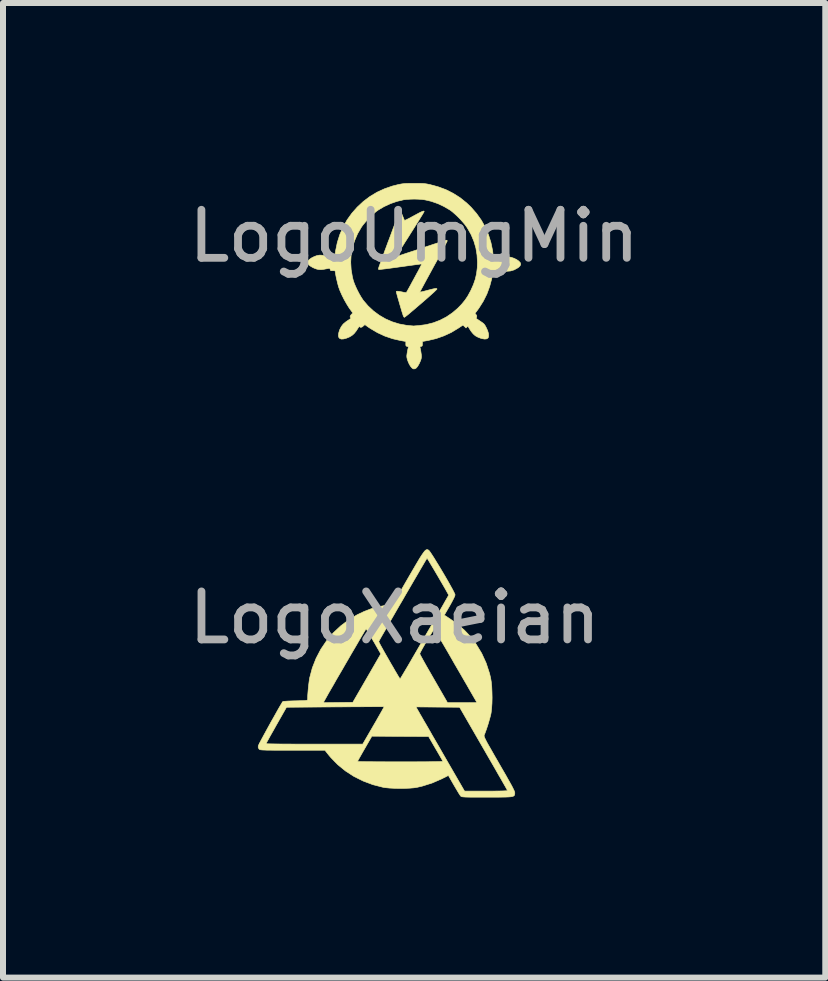
<source format=kicad_pcb>
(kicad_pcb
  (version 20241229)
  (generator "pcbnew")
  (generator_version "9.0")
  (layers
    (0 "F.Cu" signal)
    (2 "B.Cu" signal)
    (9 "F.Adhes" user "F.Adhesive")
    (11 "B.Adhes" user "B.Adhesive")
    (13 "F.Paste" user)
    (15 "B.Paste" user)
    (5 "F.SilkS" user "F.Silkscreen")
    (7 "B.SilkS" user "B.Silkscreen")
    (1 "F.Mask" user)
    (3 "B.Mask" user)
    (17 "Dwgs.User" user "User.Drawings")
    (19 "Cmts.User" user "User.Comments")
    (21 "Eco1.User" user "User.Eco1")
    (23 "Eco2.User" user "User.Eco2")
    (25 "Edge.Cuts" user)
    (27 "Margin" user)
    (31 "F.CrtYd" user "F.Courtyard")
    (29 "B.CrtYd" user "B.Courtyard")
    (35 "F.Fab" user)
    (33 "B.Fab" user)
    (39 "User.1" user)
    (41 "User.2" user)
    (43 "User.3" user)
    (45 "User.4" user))
  (footprint "LogoUmgMin"
    (layer "F.Cu")
    (at 3.848 1.481)
    (property "Reference" "LogoUmgMin" (at 0 -0.6 0) (layer "F.Fab") (effects (font (size 0.8 0.8) (thickness 0.13))))
    (attr through_hole)
    (fp_poly (pts (xy 0.164 -1.014) (xy 0.167 -1.009) (xy 0.167 -1.006) (xy 0.163 -0.999) (xy 0.152 -0.98) (xy 0.135 -0.951) (xy 0.111 -0.913) (xy 0.083 -0.867) (xy 0.05 -0.815) (xy 0.014 -0.757) (xy -0.026 -0.694) (xy -0.068 -0.628) (xy -0.068 -0.627) (xy -0.11 -0.561) (xy -0.15 -0.499) (xy -0.186 -0.441) (xy -0.219 -0.39) (xy -0.247 -0.345) (xy -0.27 -0.308) (xy -0.288 -0.28) (xy -0.298 -0.263) (xy -0.302 -0.256) (xy -0.302 -0.256) (xy -0.295 -0.258) (xy -0.275 -0.264) (xy -0.244 -0.274) (xy -0.203 -0.287) (xy -0.153 -0.304) (xy -0.095 -0.323) (xy -0.031 -0.344) (xy 0.039 -0.367) (xy 0.113 -0.392) (xy 0.187 -0.417) (xy 0.258 -0.44) (xy 0.323 -0.462) (xy 0.382 -0.481) (xy 0.434 -0.498) (xy 0.476 -0.511) (xy 0.509 -0.521) (xy 0.53 -0.528) (xy 0.539 -0.53) (xy 0.55 -0.524) (xy 0.552 -0.518) (xy 0.548 -0.51) (xy 0.538 -0.49) (xy 0.523 -0.46) (xy 0.502 -0.42) (xy 0.476 -0.371) (xy 0.447 -0.316) (xy 0.414 -0.254) (xy 0.378 -0.187) (xy 0.339 -0.116) (xy 0.323 -0.087) (xy 0.284 -0.015) (xy 0.247 0.053) (xy 0.212 0.117) (xy 0.181 0.174) (xy 0.154 0.224) (xy 0.131 0.267) (xy 0.113 0.3) (xy 0.101 0.323) (xy 0.095 0.335) (xy 0.094 0.336) (xy 0.101 0.335) (xy 0.119 0.331) (xy 0.147 0.325) (xy 0.182 0.316) (xy 0.216 0.307) (xy 0.269 0.293) (xy 0.31 0.283) (xy 0.339 0.277) (xy 0.36 0.274) (xy 0.373 0.275) (xy 0.379 0.278) (xy 0.381 0.284) (xy 0.381 0.284) (xy 0.376 0.291) (xy 0.36 0.306) (xy 0.337 0.329) (xy 0.306 0.357) (xy 0.269 0.39) (xy 0.228 0.427) (xy 0.183 0.466) (xy 0.136 0.507) (xy 0.088 0.548) (xy 0.041 0.588) (xy -0.004 0.627) (xy -0.046 0.662) (xy -0.083 0.694) (xy -0.115 0.72) (xy -0.14 0.739) (xy -0.156 0.751) (xy -0.162 0.755) (xy -0.171 0.748) (xy -0.18 0.731) (xy -0.184 0.72) (xy -0.192 0.694) (xy -0.203 0.66) (xy -0.215 0.619) (xy -0.228 0.575) (xy -0.242 0.528) (xy -0.255 0.482) (xy -0.268 0.438) (xy -0.279 0.399) (xy -0.288 0.366) (xy -0.294 0.343) (xy -0.297 0.33) (xy -0.298 0.329) (xy -0.293 0.322) (xy -0.28 0.32) (xy -0.256 0.322) (xy -0.221 0.328) (xy -0.196 0.333) (xy -0.168 0.339) (xy -0.145 0.342) (xy -0.132 0.343) (xy -0.13 0.342) (xy -0.125 0.335) (xy -0.114 0.316) (xy -0.099 0.289) (xy -0.079 0.253) (xy -0.057 0.213) (xy -0.033 0.168) (xy -0.007 0.121) (xy 0.019 0.073) (xy 0.044 0.026) (xy 0.068 -0.017) (xy 0.089 -0.057) (xy 0.106 -0.09) (xy 0.119 -0.115) (xy 0.127 -0.13) (xy 0.129 -0.135) (xy 0.122 -0.134) (xy 0.101 -0.132) (xy 0.069 -0.127) (xy 0.027 -0.122) (xy -0.024 -0.115) (xy -0.082 -0.107) (xy -0.147 -0.098) (xy -0.216 -0.088) (xy -0.228 -0.087) (xy -0.298 -0.077) (xy -0.364 -0.068) (xy -0.424 -0.06) (xy -0.477 -0.053) (xy -0.521 -0.048) (xy -0.556 -0.044) (xy -0.579 -0.041) (xy -0.589 -0.041) (xy -0.589 -0.041) (xy -0.594 -0.051) (xy -0.593 -0.061) (xy -0.59 -0.07) (xy -0.583 -0.092) (xy -0.571 -0.125) (xy -0.555 -0.169) (xy -0.536 -0.221) (xy -0.514 -0.281) (xy -0.49 -0.348) (xy -0.463 -0.42) (xy -0.435 -0.497) (xy -0.417 -0.543) (xy -0.382 -0.637) (xy -0.352 -0.719) (xy -0.326 -0.789) (xy -0.303 -0.847) (xy -0.285 -0.895) (xy -0.269 -0.933) (xy -0.257 -0.963) (xy -0.248 -0.984) (xy -0.24 -0.999) (xy -0.235 -1.006) (xy -0.232 -1.009) (xy -0.224 -1.005) (xy -0.215 -0.991) (xy -0.204 -0.966) (xy -0.192 -0.936) (xy -0.18 -0.906) (xy -0.17 -0.881) (xy -0.162 -0.864) (xy -0.159 -0.859) (xy -0.151 -0.862) (xy -0.132 -0.87) (xy -0.104 -0.884) (xy -0.07 -0.901) (xy -0.03 -0.923) (xy -0.006 -0.936) (xy 0.046 -0.964) (xy 0.087 -0.986) (xy 0.118 -1.001) (xy 0.141 -1.01) (xy 0.155 -1.015) (xy 0.164 -1.014)) (stroke (width 0.01) (type solid)) (fill yes) (layer "F.SilkS"))
    (fp_poly (pts (xy 0.056 -1.476) (xy 0.1 -1.476) (xy 0.135 -1.475) (xy 0.165 -1.473) (xy 0.191 -1.47) (xy 0.217 -1.466) (xy 0.245 -1.46) (xy 0.262 -1.457) (xy 0.399 -1.42) (xy 0.529 -1.372) (xy 0.652 -1.31) (xy 0.767 -1.237) (xy 0.875 -1.15) (xy 0.948 -1.08) (xy 1.039 -0.976) (xy 1.119 -0.864) (xy 1.186 -0.745) (xy 1.239 -0.62) (xy 1.28 -0.489) (xy 1.308 -0.353) (xy 1.315 -0.29) (xy 1.318 -0.28) (xy 1.325 -0.274) (xy 1.341 -0.27) (xy 1.357 -0.269) (xy 1.38 -0.266) (xy 1.392 -0.262) (xy 1.398 -0.254) (xy 1.399 -0.244) (xy 1.404 -0.23) (xy 1.411 -0.227) (xy 1.434 -0.234) (xy 1.467 -0.241) (xy 1.503 -0.247) (xy 1.538 -0.251) (xy 1.566 -0.252) (xy 1.578 -0.252) (xy 1.622 -0.243) (xy 1.665 -0.228) (xy 1.706 -0.208) (xy 1.741 -0.184) (xy 1.765 -0.159) (xy 1.77 -0.152) (xy 1.775 -0.129) (xy 1.766 -0.105) (xy 1.743 -0.081) (xy 1.725 -0.068) (xy 1.665 -0.035) (xy 1.604 -0.017) (xy 1.539 -0.012) (xy 1.472 -0.022) (xy 1.461 -0.025) (xy 1.433 -0.032) (xy 1.415 -0.035) (xy 1.406 -0.033) (xy 1.401 -0.027) (xy 1.398 -0.015) (xy 1.395 -0.002) (xy 1.388 0.004) (xy 1.375 0.007) (xy 1.354 0.007) (xy 1.331 0.008) (xy 1.318 0.011) (xy 1.312 0.018) (xy 1.31 0.024) (xy 1.308 0.037) (xy 1.303 0.062) (xy 1.296 0.092) (xy 1.292 0.115) (xy 1.258 0.242) (xy 1.212 0.367) (xy 1.152 0.487) (xy 1.08 0.601) (xy 1.054 0.637) (xy 1.014 0.69) (xy 1.03 0.707) (xy 1.043 0.728) (xy 1.043 0.748) (xy 1.036 0.761) (xy 1.031 0.77) (xy 1.038 0.776) (xy 1.048 0.783) (xy 1.067 0.796) (xy 1.092 0.813) (xy 1.11 0.825) (xy 1.139 0.845) (xy 1.159 0.861) (xy 1.173 0.877) (xy 1.186 0.897) (xy 1.2 0.924) (xy 1.204 0.931) (xy 1.225 0.979) (xy 1.238 1.023) (xy 1.241 1.06) (xy 1.237 1.088) (xy 1.227 1.102) (xy 1.206 1.114) (xy 1.175 1.117) (xy 1.133 1.11) (xy 1.111 1.104) (xy 1.062 1.085) (xy 1.02 1.062) (xy 0.985 1.031) (xy 0.951 0.99) (xy 0.927 0.953) (xy 0.895 0.901) (xy 0.864 0.932) (xy 0.814 0.884) (xy 0.735 0.936) (xy 0.618 1.007) (xy 0.494 1.064) (xy 0.366 1.109) (xy 0.235 1.14) (xy 0.229 1.141) (xy 0.138 1.157) (xy 0.138 1.195) (xy 0.137 1.218) (xy 0.134 1.23) (xy 0.127 1.236) (xy 0.116 1.239) (xy 0.1 1.244) (xy 0.097 1.252) (xy 0.098 1.255) (xy 0.101 1.266) (xy 0.106 1.289) (xy 0.111 1.318) (xy 0.114 1.337) (xy 0.12 1.378) (xy 0.122 1.411) (xy 0.118 1.442) (xy 0.108 1.475) (xy 0.091 1.513) (xy 0.084 1.528) (xy 0.06 1.57) (xy 0.037 1.598) (xy 0.014 1.612) (xy -0.009 1.614) (xy -0.022 1.609) (xy -0.041 1.593) (xy -0.062 1.567) (xy -0.082 1.533) (xy -0.099 1.495) (xy -0.113 1.456) (xy -0.121 1.42) (xy -0.121 1.418) (xy -0.122 1.396) (xy -0.118 1.363) (xy -0.112 1.326) (xy -0.104 1.286) (xy -0.097 1.258) (xy -0.097 1.247) (xy -0.106 1.241) (xy -0.116 1.239) (xy -0.128 1.235) (xy -0.135 1.229) (xy -0.138 1.215) (xy -0.138 1.195) (xy -0.138 1.157) (xy -0.229 1.141) (xy -0.359 1.111) (xy -0.488 1.067) (xy -0.611 1.01) (xy -0.728 0.941) (xy -0.734 0.937) (xy -0.764 0.917) (xy -0.789 0.899) (xy -0.807 0.886) (xy -0.816 0.878) (xy -0.816 0.878) (xy -0.823 0.879) (xy -0.835 0.889) (xy -0.843 0.896) (xy -0.862 0.913) (xy -0.882 0.921) (xy -0.897 0.92) (xy -0.904 0.914) (xy -0.911 0.908) (xy -0.92 0.913) (xy -0.932 0.931) (xy -0.932 0.931) (xy -0.966 0.984) (xy -1 1.026) (xy -1.037 1.058) (xy -1.08 1.083) (xy -1.129 1.103) (xy -1.175 1.115) (xy -1.212 1.117) (xy -1.238 1.108) (xy -1.255 1.088) (xy -1.261 1.059) (xy -1.257 1.019) (xy -1.243 0.97) (xy -1.237 0.956) (xy -1.213 0.909) (xy -1.181 0.867) (xy -1.137 0.83) (xy -1.102 0.806) (xy -1.076 0.789) (xy -1.06 0.778) (xy -1.053 0.77) (xy -1.054 0.764) (xy -1.056 0.762) (xy -1.066 0.748) (xy -1.063 0.731) (xy -1.048 0.71) (xy -1.044 0.706) (xy -1.02 0.682) (xy -1.036 0.662) (xy -1.08 0.602) (xy -1.123 0.533) (xy -1.165 0.459) (xy -1.203 0.383) (xy -1.235 0.311) (xy -1.256 0.254) (xy -1.265 0.223) (xy -1.275 0.185) (xy -1.285 0.143) (xy -1.295 0.101) (xy -1.303 0.061) (xy -1.309 0.027) (xy -1.313 0.002) (xy -1.314 -0.006) (xy -1.315 -0.015) (xy -1.322 -0.02) (xy -1.337 -0.022) (xy -1.354 -0.022) (xy -1.377 -0.022) (xy -1.389 -0.025) (xy -1.395 -0.032) (xy -1.398 -0.044) (xy -1.403 -0.059) (xy -1.411 -0.063) (xy -1.418 -0.062) (xy -1.432 -0.059) (xy -1.456 -0.054) (xy -1.485 -0.049) (xy -1.499 -0.046) (xy -1.545 -0.04) (xy -1.584 -0.041) (xy -1.621 -0.048) (xy -1.662 -0.063) (xy -1.69 -0.076) (xy -1.727 -0.098) (xy -1.753 -0.118) (xy -1.769 -0.138) (xy -1.775 -0.155) (xy -1.776 -0.165) (xy -1.056 -0.165) (xy -1.049 -0.042) (xy -1.028 0.082) (xy -1.013 0.142) (xy -0.997 0.188) (xy -0.974 0.243) (xy -0.947 0.301) (xy -0.916 0.36) (xy -0.885 0.414) (xy -0.855 0.46) (xy -0.846 0.473) (xy -0.767 0.565) (xy -0.678 0.648) (xy -0.581 0.72) (xy -0.476 0.781) (xy -0.366 0.829) (xy -0.25 0.865) (xy -0.131 0.887) (xy -0.085 0.892) (xy -0.055 0.895) (xy -0.032 0.897) (xy -0.017 0.898) (xy -0.015 0.899) (xy -0.006 0.899) (xy 0.013 0.897) (xy 0.042 0.895) (xy 0.074 0.893) (xy 0.201 0.876) (xy 0.32 0.846) (xy 0.432 0.803) (xy 0.538 0.748) (xy 0.639 0.679) (xy 0.727 0.604) (xy 0.791 0.538) (xy 0.845 0.472) (xy 0.893 0.402) (xy 0.937 0.321) (xy 0.944 0.308) (xy 0.987 0.212) (xy 1.019 0.12) (xy 1.04 0.027) (xy 1.052 -0.069) (xy 1.055 -0.16) (xy 1.048 -0.282) (xy 1.029 -0.4) (xy 0.996 -0.512) (xy 0.95 -0.622) (xy 0.889 -0.73) (xy 0.878 -0.747) (xy 0.849 -0.787) (xy 0.811 -0.832) (xy 0.768 -0.88) (xy 0.722 -0.927) (xy 0.675 -0.97) (xy 0.631 -1.008) (xy 0.595 -1.034) (xy 0.498 -1.091) (xy 0.393 -1.14) (xy 0.284 -1.178) (xy 0.18 -1.202) (xy 0.129 -1.209) (xy 0.068 -1.213) (xy 0.002 -1.215) (xy -0.064 -1.213) (xy -0.125 -1.209) (xy -0.177 -1.203) (xy -0.18 -1.202) (xy -0.288 -1.176) (xy -0.397 -1.138) (xy -0.502 -1.089) (xy -0.595 -1.034) (xy -0.634 -1.006) (xy -0.678 -0.968) (xy -0.724 -0.924) (xy -0.771 -0.877) (xy -0.814 -0.829) (xy -0.851 -0.785) (xy -0.878 -0.747) (xy -0.942 -0.637) (xy -0.991 -0.523) (xy -1.027 -0.406) (xy -1.049 -0.287) (xy -1.056 -0.165) (xy -1.776 -0.165) (xy -1.776 -0.167) (xy -1.772 -0.179) (xy -1.76 -0.194) (xy -1.747 -0.206) (xy -1.713 -0.232) (xy -1.67 -0.254) (xy -1.624 -0.272) (xy -1.579 -0.281) (xy -1.578 -0.281) (xy -1.556 -0.281) (xy -1.524 -0.278) (xy -1.488 -0.273) (xy -1.453 -0.267) (xy -1.423 -0.26) (xy -1.411 -0.256) (xy -1.403 -0.26) (xy -1.399 -0.273) (xy -1.397 -0.285) (xy -1.391 -0.292) (xy -1.377 -0.295) (xy -1.356 -0.296) (xy -1.316 -0.298) (xy -1.307 -0.358) (xy -1.279 -0.493) (xy -1.238 -0.623) (xy -1.184 -0.748) (xy -1.117 -0.867) (xy -1.037 -0.979) (xy -0.948 -1.08) (xy -0.845 -1.176) (xy -0.736 -1.258) (xy -0.618 -1.329) (xy -0.494 -1.386) (xy -0.362 -1.432) (xy -0.262 -1.457) (xy -0.231 -1.463) (xy -0.204 -1.468) (xy -0.179 -1.471) (xy -0.152 -1.474) (xy -0.12 -1.475) (xy -0.081 -1.476) (xy -0.032 -1.476) (xy 0 -1.476) (xy 0.056 -1.476)) (stroke (width 0.01) (type solid)) (fill yes) (layer "F.SilkS")))
  (footprint "LogoXaeian"
    (layer "F.Cu")
    (at 3.525 8.238)
    (property "Reference" "LogoXaeian" (at 0 -1 0) (layer "F.Fab") (effects (font (size 0.8 0.8) (thickness 0.13))))
    (attr through_hole)
    (fp_poly (pts (xy 0.547 -2.132) (xy 0.559 -2.127) (xy 0.565 -2.123) (xy 0.577 -2.111) (xy 0.597 -2.083) (xy 0.624 -2.042) (xy 0.657 -1.991) (xy 0.694 -1.93) (xy 0.735 -1.864) (xy 0.777 -1.794) (xy 0.819 -1.723) (xy 0.86 -1.653) (xy 0.899 -1.585) (xy 0.933 -1.524) (xy 0.963 -1.47) (xy 0.985 -1.427) (xy 1 -1.396) (xy 1.005 -1.38) (xy 1 -1.36) (xy 0.985 -1.326) (xy 0.961 -1.279) (xy 0.93 -1.222) (xy 0.916 -1.197) (xy 0.826 -1.042) (xy 0.929 -0.974) (xy 1.053 -0.885) (xy 1.159 -0.793) (xy 1.246 -0.702) (xy 1.356 -0.558) (xy 1.449 -0.405) (xy 1.523 -0.243) (xy 1.579 -0.072) (xy 1.597 0.003) (xy 1.608 0.069) (xy 1.616 0.15) (xy 1.62 0.24) (xy 1.622 0.334) (xy 1.62 0.426) (xy 1.614 0.51) (xy 1.606 0.582) (xy 1.602 0.605) (xy 1.589 0.657) (xy 1.571 0.721) (xy 1.55 0.792) (xy 1.527 0.861) (xy 1.504 0.924) (xy 1.493 0.951) (xy 1.49 0.959) (xy 1.489 0.967) (xy 1.49 0.977) (xy 1.494 0.99) (xy 1.502 1.009) (xy 1.514 1.034) (xy 1.531 1.068) (xy 1.555 1.111) (xy 1.586 1.165) (xy 1.624 1.232) (xy 1.67 1.313) (xy 1.726 1.409) (xy 1.741 1.436) (xy 1.8 1.538) (xy 1.85 1.624) (xy 1.89 1.696) (xy 1.923 1.754) (xy 1.949 1.801) (xy 1.968 1.838) (xy 1.982 1.867) (xy 1.992 1.889) (xy 1.997 1.905) (xy 2 1.917) (xy 2 1.927) (xy 1.998 1.942) (xy 1.995 1.955) (xy 1.989 1.965) (xy 1.978 1.973) (xy 1.96 1.979) (xy 1.934 1.984) (xy 1.897 1.987) (xy 1.848 1.989) (xy 1.786 1.99) (xy 1.708 1.991) (xy 1.613 1.991) (xy 1.532 1.991) (xy 1.429 1.991) (xy 1.344 1.991) (xy 1.276 1.991) (xy 1.223 1.99) (xy 1.182 1.989) (xy 1.152 1.987) (xy 1.13 1.985) (xy 1.116 1.982) (xy 1.107 1.979) (xy 1.101 1.974) (xy 1.099 1.973) (xy 1.088 1.958) (xy 1.069 1.929) (xy 1.045 1.889) (xy 1.016 1.84) (xy 0.987 1.791) (xy 0.894 1.629) (xy 0.779 1.687) (xy 0.625 1.754) (xy 0.461 1.806) (xy 0.376 1.826) (xy 0.319 1.835) (xy 0.247 1.841) (xy 0.166 1.844) (xy 0.079 1.845) (xy -0.007 1.843) (xy -0.087 1.839) (xy -0.157 1.832) (xy -0.198 1.825) (xy -0.365 1.782) (xy -0.525 1.722) (xy -0.678 1.646) (xy -0.819 1.555) (xy -0.948 1.45) (xy -1.001 1.396) (xy -0.62 1.396) (xy -0.61 1.397) (xy -0.581 1.398) (xy -0.536 1.399) (xy -0.475 1.4) (xy -0.4 1.4) (xy -0.313 1.401) (xy -0.215 1.401) (xy -0.108 1.402) (xy 0.006 1.402) (xy 0.091 1.402) (xy 0.21 1.402) (xy 0.322 1.402) (xy 0.426 1.401) (xy 0.521 1.401) (xy 0.604 1.4) (xy 0.676 1.399) (xy 0.732 1.398) (xy 0.773 1.397) (xy 0.797 1.395) (xy 0.802 1.394) (xy 0.797 1.384) (xy 0.783 1.358) (xy 0.761 1.32) (xy 0.734 1.273) (xy 0.702 1.218) (xy 0.682 1.184) (xy 0.564 0.98) (xy -0.381 0.975) (xy -0.5 1.182) (xy -0.534 1.241) (xy -0.564 1.294) (xy -0.589 1.338) (xy -0.607 1.371) (xy -0.618 1.391) (xy -0.62 1.396) (xy -1.001 1.396) (xy -1.062 1.333) (xy -1.093 1.297) (xy -1.163 1.209) (xy -1.703 1.209) (xy -1.821 1.209) (xy -1.921 1.209) (xy -2.004 1.209) (xy -2.071 1.208) (xy -2.125 1.208) (xy -2.167 1.206) (xy -2.198 1.205) (xy -2.221 1.203) (xy -2.237 1.201) (xy -2.248 1.198) (xy -2.254 1.194) (xy -2.259 1.19) (xy -2.26 1.189) (xy -2.274 1.163) (xy -2.273 1.136) (xy -2.267 1.122) (xy -2.256 1.1) (xy -2.144 1.1) (xy -2.134 1.101) (xy -2.105 1.102) (xy -2.059 1.103) (xy -1.997 1.104) (xy -1.922 1.105) (xy -1.833 1.106) (xy -1.733 1.106) (xy -1.624 1.107) (xy -1.506 1.107) (xy -1.382 1.107) (xy -1.338 1.107) (xy -0.533 1.107) (xy -0.353 0.796) (xy -0.311 0.724) (xy -0.273 0.657) (xy -0.24 0.599) (xy -0.212 0.55) (xy -0.192 0.513) (xy -0.179 0.49) (xy -0.178 0.487) (xy 0.354 0.487) (xy 0.388 0.547) (xy 0.399 0.565) (xy 0.418 0.6) (xy 0.447 0.649) (xy 0.482 0.711) (xy 0.525 0.784) (xy 0.573 0.867) (xy 0.625 0.959) (xy 0.682 1.057) (xy 0.742 1.16) (xy 0.792 1.248) (xy 1.163 1.89) (xy 1.521 1.89) (xy 1.604 1.89) (xy 1.681 1.889) (xy 1.748 1.888) (xy 1.803 1.887) (xy 1.845 1.885) (xy 1.871 1.884) (xy 1.879 1.882) (xy 1.874 1.872) (xy 1.86 1.846) (xy 1.837 1.805) (xy 1.806 1.751) (xy 1.768 1.684) (xy 1.723 1.607) (xy 1.674 1.52) (xy 1.619 1.425) (xy 1.56 1.323) (xy 1.498 1.215) (xy 1.48 1.184) (xy 1.081 0.493) (xy 0.717 0.49) (xy 0.354 0.487) (xy -0.178 0.487) (xy -0.175 0.483) (xy -0.186 0.483) (xy -0.215 0.483) (xy -0.261 0.483) (xy -0.323 0.483) (xy -0.399 0.484) (xy -0.488 0.484) (xy -0.589 0.485) (xy -0.698 0.485) (xy -0.816 0.486) (xy -0.941 0.487) (xy -0.99 0.487) (xy -1.803 0.493) (xy -1.973 0.792) (xy -2.013 0.864) (xy -2.05 0.929) (xy -2.083 0.987) (xy -2.109 1.035) (xy -2.129 1.071) (xy -2.141 1.094) (xy -2.144 1.1) (xy -2.256 1.1) (xy -2.253 1.093) (xy -2.231 1.051) (xy -2.203 0.999) (xy -2.17 0.938) (xy -2.134 0.872) (xy -2.095 0.801) (xy -2.056 0.73) (xy -2.016 0.66) (xy -1.979 0.594) (xy -1.945 0.533) (xy -1.915 0.481) (xy -1.89 0.439) (xy -1.877 0.417) (xy -1.19 0.417) (xy -0.944 0.414) (xy -0.698 0.411) (xy -0.465 0.008) (xy -0.232 -0.396) (xy -0.35 -0.602) (xy -0.266 -0.602) (xy -0.262 -0.591) (xy -0.249 -0.565) (xy -0.229 -0.527) (xy -0.202 -0.479) (xy -0.171 -0.423) (xy -0.136 -0.362) (xy -0.1 -0.299) (xy -0.063 -0.234) (xy -0.027 -0.173) (xy 0.006 -0.115) (xy 0.036 -0.065) (xy 0.06 -0.024) (xy 0.078 0.005) (xy 0.088 0.019) (xy 0.09 0.02) (xy 0.096 0.012) (xy 0.111 -0.013) (xy 0.135 -0.053) (xy 0.167 -0.107) (xy 0.206 -0.172) (xy 0.251 -0.249) (xy 0.301 -0.336) (xy 0.338 -0.399) (xy 0.417 -0.399) (xy 0.422 -0.387) (xy 0.436 -0.36) (xy 0.458 -0.32) (xy 0.487 -0.267) (xy 0.523 -0.203) (xy 0.564 -0.131) (xy 0.609 -0.053) (xy 0.648 0.015) (xy 0.879 0.416) (xy 1.125 0.416) (xy 1.371 0.417) (xy 1.237 0.185) (xy 1.202 0.123) (xy 1.158 0.048) (xy 1.108 -0.039) (xy 1.054 -0.132) (xy 0.998 -0.228) (xy 0.943 -0.325) (xy 0.89 -0.417) (xy 0.885 -0.426) (xy 0.838 -0.506) (xy 0.795 -0.58) (xy 0.755 -0.646) (xy 0.721 -0.704) (xy 0.693 -0.75) (xy 0.671 -0.783) (xy 0.659 -0.801) (xy 0.655 -0.804) (xy 0.648 -0.796) (xy 0.632 -0.772) (xy 0.61 -0.737) (xy 0.583 -0.694) (xy 0.553 -0.644) (xy 0.523 -0.593) (xy 0.493 -0.541) (xy 0.466 -0.494) (xy 0.443 -0.452) (xy 0.427 -0.421) (xy 0.418 -0.402) (xy 0.417 -0.399) (xy 0.338 -0.399) (xy 0.356 -0.43) (xy 0.415 -0.532) (xy 0.477 -0.639) (xy 0.497 -0.675) (xy 0.56 -0.784) (xy 0.62 -0.887) (xy 0.676 -0.985) (xy 0.728 -1.075) (xy 0.774 -1.155) (xy 0.814 -1.225) (xy 0.847 -1.284) (xy 0.873 -1.329) (xy 0.89 -1.359) (xy 0.898 -1.374) (xy 0.899 -1.375) (xy 0.894 -1.385) (xy 0.88 -1.41) (xy 0.859 -1.448) (xy 0.832 -1.496) (xy 0.8 -1.551) (xy 0.765 -1.611) (xy 0.728 -1.675) (xy 0.691 -1.738) (xy 0.655 -1.799) (xy 0.621 -1.856) (xy 0.591 -1.906) (xy 0.567 -1.947) (xy 0.549 -1.975) (xy 0.54 -1.99) (xy 0.538 -1.991) (xy 0.533 -1.982) (xy 0.518 -1.958) (xy 0.495 -1.919) (xy 0.465 -1.868) (xy 0.428 -1.805) (xy 0.386 -1.732) (xy 0.339 -1.652) (xy 0.289 -1.566) (xy 0.236 -1.475) (xy 0.181 -1.381) (xy 0.126 -1.285) (xy 0.07 -1.19) (xy 0.016 -1.096) (xy -0.036 -1.006) (xy -0.085 -0.921) (xy -0.13 -0.842) (xy -0.17 -0.772) (xy -0.205 -0.712) (xy -0.233 -0.663) (xy -0.253 -0.627) (xy -0.264 -0.606) (xy -0.266 -0.602) (xy -0.35 -0.602) (xy -0.352 -0.604) (xy -0.386 -0.663) (xy -0.416 -0.715) (xy -0.442 -0.759) (xy -0.462 -0.791) (xy -0.474 -0.809) (xy -0.477 -0.813) (xy -0.483 -0.804) (xy -0.498 -0.78) (xy -0.521 -0.741) (xy -0.551 -0.69) (xy -0.587 -0.629) (xy -0.628 -0.558) (xy -0.673 -0.481) (xy -0.722 -0.398) (xy -0.772 -0.311) (xy -0.824 -0.222) (xy -0.875 -0.133) (xy -0.926 -0.046) (xy -0.975 0.038) (xy -1.02 0.118) (xy -1.062 0.19) (xy -1.099 0.254) (xy -1.129 0.308) (xy -1.151 0.347) (xy -1.19 0.417) (xy -1.877 0.417) (xy -1.872 0.41) (xy -1.863 0.397) (xy -1.863 0.397) (xy -1.852 0.395) (xy -1.823 0.393) (xy -1.781 0.39) (xy -1.727 0.388) (xy -1.666 0.386) (xy -1.653 0.386) (xy -1.583 0.384) (xy -1.532 0.383) (xy -1.495 0.381) (xy -1.472 0.378) (xy -1.458 0.375) (xy -1.451 0.37) (xy -1.45 0.364) (xy -1.45 0.361) (xy -1.45 0.335) (xy -1.449 0.293) (xy -1.445 0.241) (xy -1.44 0.184) (xy -1.434 0.126) (xy -1.427 0.071) (xy -1.421 0.026) (xy -1.417 0.004) (xy -1.373 -0.162) (xy -1.31 -0.322) (xy -1.231 -0.473) (xy -1.135 -0.615) (xy -1.024 -0.746) (xy -0.899 -0.863) (xy -0.761 -0.967) (xy -0.627 -1.047) (xy -0.507 -1.104) (xy -0.389 -1.149) (xy -0.264 -1.183) (xy -0.133 -1.208) (xy -0.028 -1.224) (xy 0.227 -1.666) (xy 0.288 -1.771) (xy 0.34 -1.86) (xy 0.383 -1.933) (xy 0.419 -1.993) (xy 0.449 -2.04) (xy 0.474 -2.076) (xy 0.493 -2.102) (xy 0.51 -2.12) (xy 0.524 -2.129) (xy 0.536 -2.133) (xy 0.547 -2.132)) (stroke (width 0.01) (type solid)) (fill yes) (layer "F.SilkS")))
  (gr_rect
    (start -3 -3)
    (end 10.697 13.234)
    (stroke (width 0.1) (type default))
    (fill no)
    (layer "Edge.Cuts")))
</source>
